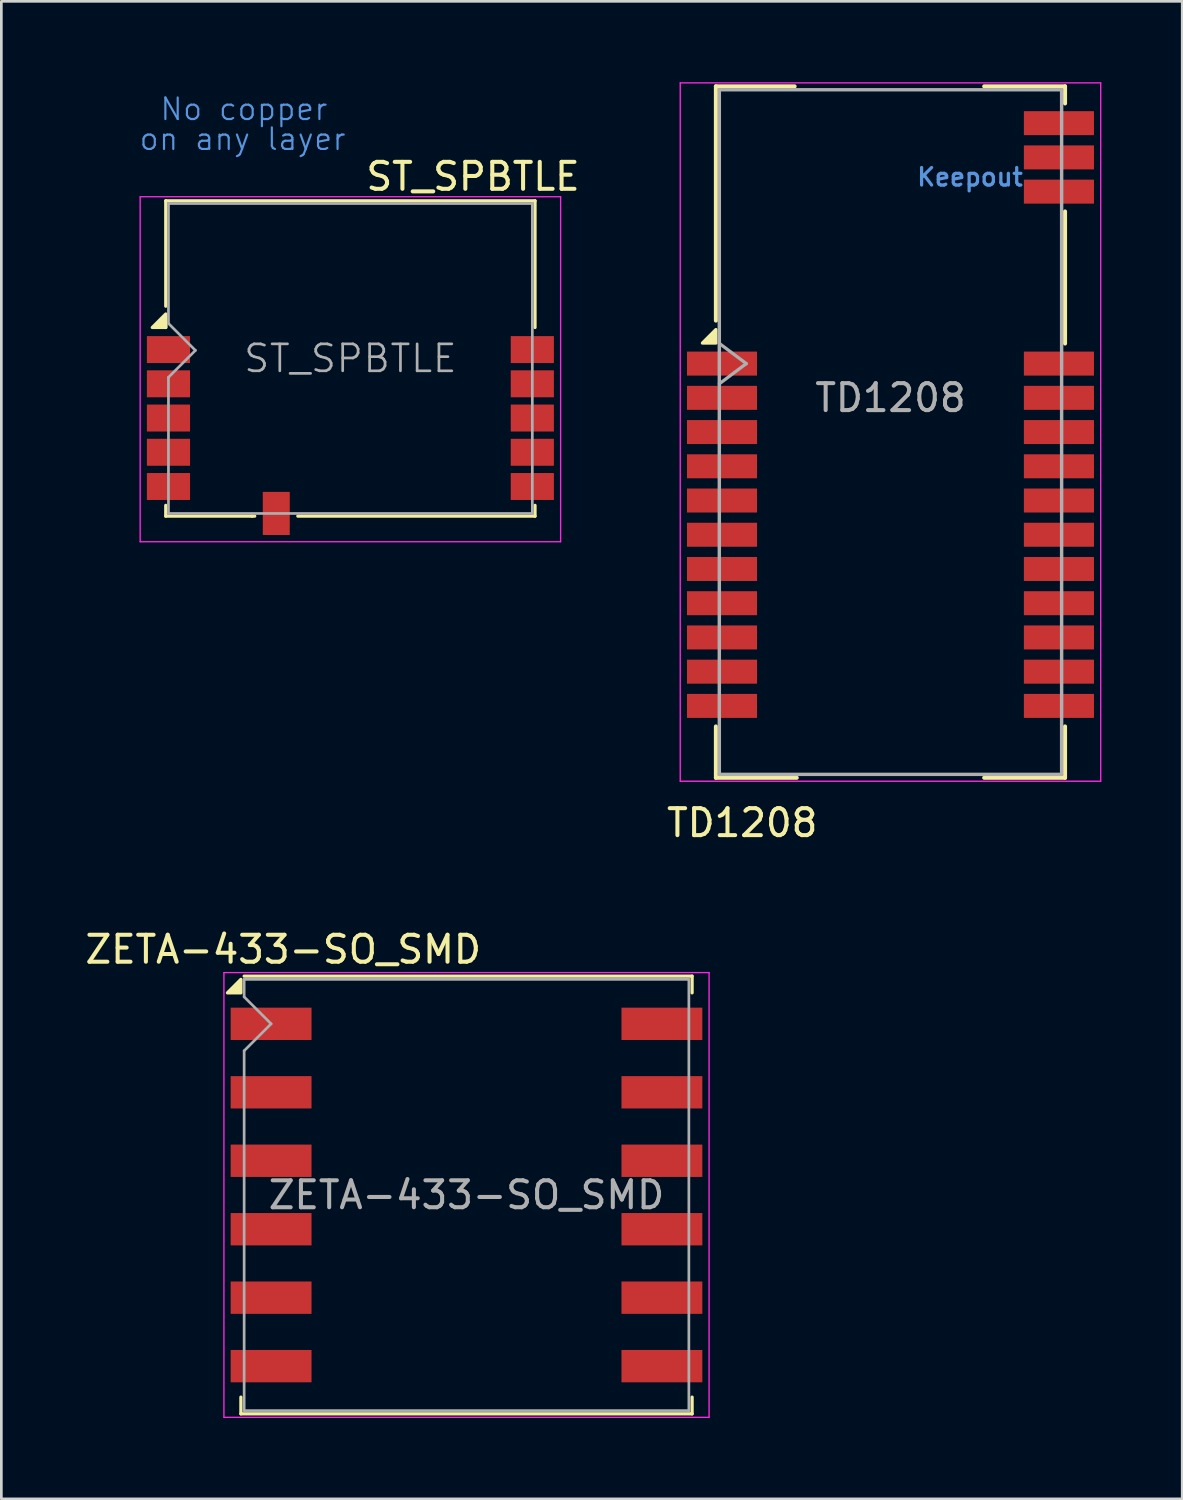
<source format=kicad_pcb>
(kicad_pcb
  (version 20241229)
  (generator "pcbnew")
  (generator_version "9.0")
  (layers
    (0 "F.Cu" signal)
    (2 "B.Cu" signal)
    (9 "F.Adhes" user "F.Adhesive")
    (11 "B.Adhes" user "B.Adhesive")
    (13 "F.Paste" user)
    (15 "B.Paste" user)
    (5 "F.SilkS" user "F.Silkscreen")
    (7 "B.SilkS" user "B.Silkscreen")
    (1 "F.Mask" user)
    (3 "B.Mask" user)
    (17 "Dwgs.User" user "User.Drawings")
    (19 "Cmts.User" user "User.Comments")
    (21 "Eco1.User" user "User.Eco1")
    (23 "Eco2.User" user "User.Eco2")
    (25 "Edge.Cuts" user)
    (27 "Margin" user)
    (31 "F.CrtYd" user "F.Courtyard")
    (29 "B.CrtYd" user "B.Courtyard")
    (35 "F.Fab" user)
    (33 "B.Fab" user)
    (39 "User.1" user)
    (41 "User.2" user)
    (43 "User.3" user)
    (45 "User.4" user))
  (footprint "ST_SPBTLE"
    (layer "F.Cu")
    (at 9.95 13.11)
    (property "Reference" "ST_SPBTLE" (at 4.55 -9.61 0) (layer "F.SilkS") (effects (font (size 1 1) (thickness 0.15))))
    (attr smd)
    (fp_line (start -6.85 -8.71) (end 6.85 -8.71) (stroke (width 0.12) (type solid)) (layer "F.SilkS"))
    (fp_line (start -6.85 -4.8) (end -6.85 -8.71) (stroke (width 0.12) (type solid)) (layer "F.SilkS"))
    (fp_line (start -6.85 -4.11) (end -6.85 -4.01) (stroke (width 0.12) (type solid)) (layer "F.SilkS"))
    (fp_line (start -6.85 2.59) (end -6.85 2.99) (stroke (width 0.12) (type solid)) (layer "F.SilkS"))
    (fp_line (start -6.85 2.99) (end -3.65 2.99) (stroke (width 0.12) (type solid)) (layer "F.SilkS"))
    (fp_line (start -3.65 2.99) (end -3.55 2.99) (stroke (width 0.12) (type solid)) (layer "F.SilkS"))
    (fp_line (start -1.95 2.99) (end 6.85 2.99) (stroke (width 0.12) (type solid)) (layer "F.SilkS"))
    (fp_line (start 6.85 -8.71) (end 6.85 -4.01) (stroke (width 0.12) (type solid)) (layer "F.SilkS"))
    (fp_line (start 6.85 2.99) (end 6.85 2.59) (stroke (width 0.12) (type solid)) (layer "F.SilkS"))
    (fp_poly (pts (xy -6.85 -4.01) (xy -7.35 -4.01) (xy -6.85 -4.51) (xy -6.85 -4.01)) (stroke (width 0.12) (type solid)) (fill yes) (layer "F.SilkS"))
    (fp_line (start -7.8 3.94) (end -7.8 -8.86) (stroke (width 0.05) (type solid)) (layer "F.CrtYd"))
    (fp_line (start -7.8 3.94) (end 7.8 3.94) (stroke (width 0.05) (type solid)) (layer "F.CrtYd"))
    (fp_line (start 7.8 -8.86) (end -7.8 -8.86) (stroke (width 0.05) (type solid)) (layer "F.CrtYd"))
    (fp_line (start 7.8 -8.86) (end 7.8 3.94) (stroke (width 0.05) (type solid)) (layer "F.CrtYd"))
    (fp_line (start -6.75 -8.61) (end -6.75 -4.16) (stroke (width 0.1) (type solid)) (layer "F.Fab"))
    (fp_line (start -6.75 -2.16) (end -6.75 2.89) (stroke (width 0.1) (type solid)) (layer "F.Fab"))
    (fp_line (start -6.75 -2.16) (end -5.75 -3.16) (stroke (width 0.1) (type solid)) (layer "F.Fab"))
    (fp_line (start -6.75 2.89) (end 6.75 2.89) (stroke (width 0.1) (type solid)) (layer "F.Fab"))
    (fp_line (start -5.75 -3.16) (end -6.75 -4.16) (stroke (width 0.1) (type solid)) (layer "F.Fab"))
    (fp_line (start 6.75 -8.61) (end -6.75 -8.61) (stroke (width 0.1) (type solid)) (layer "F.Fab"))
    (fp_line (start 6.75 2.89) (end 6.75 -8.61) (stroke (width 0.1) (type solid)) (layer "F.Fab"))
    (fp_text user "No copper" (at -3.95 -12.11 0) (layer "Cmts.User") (effects (font (size 0.8 0.8) (thickness 0.08))))
    (fp_text user "on any layer" (at -4 -11 0) (layer "Cmts.User") (effects (font (size 0.8 0.8) (thickness 0.08))))
    (fp_text user "${REFERENCE}" (at 0 -2.86 0) (layer "F.Fab") (effects (font (size 1 1) (thickness 0.1))))
    (pad "1" smd rect (at -6.75 -3.19) (size 1.6 1) (layers "F.Cu" "F.Mask" "F.Paste"))
    (pad "2" smd rect (at -6.75 -1.92) (size 1.6 1) (layers "F.Cu" "F.Mask" "F.Paste"))
    (pad "3" smd rect (at -6.75 -0.65) (size 1.6 1) (layers "F.Cu" "F.Mask" "F.Paste"))
    (pad "4" smd rect (at -6.75 0.62) (size 1.6 1) (layers "F.Cu" "F.Mask" "F.Paste"))
    (pad "5" smd rect (at -6.75 1.89) (size 1.6 1) (layers "F.Cu" "F.Mask" "F.Paste"))
    (pad "6" smd rect (at -2.75 2.89 90) (size 1.6 1) (layers "F.Cu" "F.Mask" "F.Paste"))
    (pad "7" smd rect (at 6.75 1.89) (size 1.6 1) (layers "F.Cu" "F.Mask" "F.Paste"))
    (pad "8" smd rect (at 6.75 0.62) (size 1.6 1) (layers "F.Cu" "F.Mask" "F.Paste"))
    (pad "9" smd rect (at 6.75 -0.65) (size 1.6 1) (layers "F.Cu" "F.Mask" "F.Paste"))
    (pad "10" smd rect (at 6.75 -1.92) (size 1.6 1) (layers "F.Cu" "F.Mask" "F.Paste"))
    (pad "11" smd rect (at 6.75 -3.19) (size 1.6 1) (layers "F.Cu" "F.Mask" "F.Paste"))
    (zone (net_name "") (layers "F.Cu" "B.Cu") (hatch full 0.508) (connect_pads) (min_thickness 0.254) (filled_areas_thickness no) (keepout (tracks not_allowed) (vias not_allowed) (pads not_allowed) (copperpour not_allowed) (footprints not_allowed)) (placement (enabled no)) (fill) (polygon (pts (xy 12 12) (xy 4 12.01) (xy 4 9.41) (xy 2.4 9.41) (xy 0 9.41) (xy 0 0) (xy 12 0)))))
  (footprint "ZETA-433-SO_SMD"
    (layer "F.Cu")
    (at 14.258 41.286)
    (property "Reference" "ZETA-433-SO_SMD" (at -6.8 -9.11 0) (layer "F.SilkS") (effects (font (size 1 1) (thickness 0.15))))
    (attr smd)
    (fp_line (start -8.37 8.12) (end -8.37 7.5) (stroke (width 0.12) (type solid)) (layer "F.SilkS"))
    (fp_line (start 8.37 -8.12) (end -8.25 -8.12) (stroke (width 0.12) (type solid)) (layer "F.SilkS"))
    (fp_line (start 8.37 -7.5) (end 8.37 -8.12) (stroke (width 0.12) (type solid)) (layer "F.SilkS"))
    (fp_line (start 8.37 8.12) (end -8.37 8.12) (stroke (width 0.12) (type solid)) (layer "F.SilkS"))
    (fp_line (start 8.37 8.12) (end 8.37 7.5) (stroke (width 0.12) (type solid)) (layer "F.SilkS"))
    (fp_poly (pts (xy -8.37 -7.5) (xy -8.87 -7.5) (xy -8.37 -8) (xy -8.37 -7.5)) (stroke (width 0.12) (type solid)) (fill yes) (layer "F.SilkS"))
    (fp_line (start -9 -8.25) (end 9 -8.25) (stroke (width 0.05) (type solid)) (layer "F.CrtYd"))
    (fp_line (start -9 8.25) (end -9 -8.25) (stroke (width 0.05) (type solid)) (layer "F.CrtYd"))
    (fp_line (start 9 -8.25) (end 9 8.25) (stroke (width 0.05) (type solid)) (layer "F.CrtYd"))
    (fp_line (start 9 8.25) (end -9 8.25) (stroke (width 0.05) (type solid)) (layer "F.CrtYd"))
    (fp_line (start -8.25 -8) (end 8.25 -8) (stroke (width 0.1) (type solid)) (layer "F.Fab"))
    (fp_line (start -8.25 -7.35) (end -8.25 -8) (stroke (width 0.1) (type solid)) (layer "F.Fab"))
    (fp_line (start -8.25 8) (end -8.25 -5.35) (stroke (width 0.1) (type solid)) (layer "F.Fab"))
    (fp_line (start -7.25 -6.35) (end -8.25 -7.35) (stroke (width 0.1) (type solid)) (layer "F.Fab"))
    (fp_line (start -7.25 -6.35) (end -8.25 -5.35) (stroke (width 0.1) (type solid)) (layer "F.Fab"))
    (fp_line (start 8.25 -8) (end 8.25 8) (stroke (width 0.1) (type solid)) (layer "F.Fab"))
    (fp_line (start 8.25 8) (end -8.25 8) (stroke (width 0.1) (type solid)) (layer "F.Fab"))
    (fp_text user "${REFERENCE}" (at 0 0 0) (layer "F.Fab") (effects (font (size 1 1) (thickness 0.15))))
    (pad "1" smd rect (at -7.25 -6.35) (size 3 1.2) (layers "F.Cu" "F.Mask" "F.Paste"))
    (pad "2" smd rect (at -7.25 -3.81) (size 3 1.2) (layers "F.Cu" "F.Mask" "F.Paste"))
    (pad "3" smd rect (at -7.25 -1.27) (size 3 1.2) (layers "F.Cu" "F.Mask" "F.Paste"))
    (pad "4" smd rect (at -7.25 1.27) (size 3 1.2) (layers "F.Cu" "F.Mask" "F.Paste"))
    (pad "5" smd rect (at -7.25 3.81) (size 3 1.2) (layers "F.Cu" "F.Mask" "F.Paste"))
    (pad "6" smd rect (at -7.25 6.35) (size 3 1.2) (layers "F.Cu" "F.Mask" "F.Paste"))
    (pad "7" smd rect (at 7.25 6.35) (size 3 1.2) (layers "F.Cu" "F.Mask" "F.Paste"))
    (pad "8" smd rect (at 7.25 3.81) (size 3 1.2) (layers "F.Cu" "F.Mask" "F.Paste"))
    (pad "9" smd rect (at 7.25 1.27) (size 3 1.2) (layers "F.Cu" "F.Mask" "F.Paste"))
    (pad "10" smd rect (at 7.25 -1.27) (size 3 1.2) (layers "F.Cu" "F.Mask" "F.Paste"))
    (pad "11" smd rect (at 7.25 -3.81) (size 3 1.2) (layers "F.Cu" "F.Mask" "F.Paste"))
    (pad "12" smd rect (at 7.25 -6.35) (size 3 1.2) (layers "F.Cu" "F.Mask" "F.Paste")))
  (footprint "TD1208"
    (layer "F.Cu")
    (at 29.988 12.345)
    (property "Reference" "TD1208" (at -5.5 15.135 0) (layer "F.SilkS") (effects (font (size 1 1) (thickness 0.15))))
    (attr smd)
    (fp_line (start -6.477 -12.192) (end -6.477 -3.5) (stroke (width 0.15) (type solid)) (layer "F.SilkS"))
    (fp_line (start -6.477 -12.192) (end -3.556 -12.192) (stroke (width 0.15) (type solid)) (layer "F.SilkS"))
    (fp_line (start -6.477 11.557) (end -6.477 13.462) (stroke (width 0.15) (type solid)) (layer "F.SilkS"))
    (fp_line (start -6.477 13.462) (end -3.477 13.462) (stroke (width 0.15) (type solid)) (layer "F.SilkS"))
    (fp_line (start 6.477 -12.192) (end 3.477 -12.192) (stroke (width 0.15) (type solid)) (layer "F.SilkS"))
    (fp_line (start 6.477 -12.192) (end 6.477 -11.557) (stroke (width 0.15) (type solid)) (layer "F.SilkS"))
    (fp_line (start 6.477 -7.55) (end 6.477 -2.65) (stroke (width 0.15) (type solid)) (layer "F.SilkS"))
    (fp_line (start 6.477 11.557) (end 6.477 13.462) (stroke (width 0.15) (type solid)) (layer "F.SilkS"))
    (fp_line (start 6.477 13.462) (end 3.477 13.462) (stroke (width 0.15) (type solid)) (layer "F.SilkS"))
    (fp_poly (pts (xy -6.477 -2.667) (xy -6.977 -2.667) (xy -6.477 -3.167) (xy -6.477 -2.667)) (stroke (width 0.12) (type solid)) (fill yes) (layer "F.SilkS"))
    (fp_line (start -7.8 -12.32) (end -7.8 13.59) (stroke (width 0.05) (type solid)) (layer "F.CrtYd"))
    (fp_line (start -7.8 13.59) (end 7.8 13.59) (stroke (width 0.05) (type solid)) (layer "F.CrtYd"))
    (fp_line (start 7.8 -12.32) (end -7.8 -12.32) (stroke (width 0.05) (type solid)) (layer "F.CrtYd"))
    (fp_line (start 7.8 13.59) (end 7.8 -12.32) (stroke (width 0.05) (type solid)) (layer "F.CrtYd"))
    (fp_line (start -6.35 -12.065) (end -6.35 13.335) (stroke (width 0.127) (type solid)) (layer "F.Fab"))
    (fp_line (start -6.35 -12.065) (end 6.35 -12.065) (stroke (width 0.127) (type solid)) (layer "F.Fab"))
    (fp_line (start -6.35 -2.655) (end -5.35 -1.905) (stroke (width 0.12) (type solid)) (layer "F.Fab"))
    (fp_line (start -5.35 -1.905) (end -6.35 -1.155) (stroke (width 0.12) (type solid)) (layer "F.Fab"))
    (fp_line (start 6.35 -12.065) (end 6.35 13.335) (stroke (width 0.127) (type solid)) (layer "F.Fab"))
    (fp_line (start 6.35 13.335) (end -6.35 13.335) (stroke (width 0.127) (type solid)) (layer "F.Fab"))
    (fp_text user "Keepout" (at 2.95 -8.825 0) (layer "Cmts.User") (effects (font (size 0.65 0.65) (thickness 0.12))))
    (fp_text user "${REFERENCE}" (at 0 -0.635 0) (layer "F.Fab") (effects (font (size 1 1) (thickness 0.15))))
    (pad "1" smd rect (at -6.25 -1.905) (size 2.6 0.89) (layers "F.Cu" "F.Mask" "F.Paste"))
    (pad "2" smd rect (at -6.25 -0.635) (size 2.6 0.89) (layers "F.Cu" "F.Mask" "F.Paste"))
    (pad "3" smd rect (at -6.25 0.635) (size 2.6 0.89) (layers "F.Cu" "F.Mask" "F.Paste"))
    (pad "4" smd rect (at -6.25 1.905) (size 2.6 0.89) (layers "F.Cu" "F.Mask" "F.Paste"))
    (pad "5" smd rect (at -6.25 3.175) (size 2.6 0.89) (layers "F.Cu" "F.Mask" "F.Paste"))
    (pad "6" smd rect (at -6.25 4.445) (size 2.6 0.89) (layers "F.Cu" "F.Mask" "F.Paste"))
    (pad "7" smd rect (at -6.25 5.715) (size 2.6 0.89) (layers "F.Cu" "F.Mask" "F.Paste"))
    (pad "8" smd rect (at -6.25 6.985) (size 2.6 0.89) (layers "F.Cu" "F.Mask" "F.Paste"))
    (pad "9" smd rect (at -6.25 8.255) (size 2.6 0.89) (layers "F.Cu" "F.Mask" "F.Paste"))
    (pad "10" smd rect (at -6.25 9.525) (size 2.6 0.89) (layers "F.Cu" "F.Mask" "F.Paste"))
    (pad "11" smd rect (at -6.25 10.795) (size 2.6 0.89) (layers "F.Cu" "F.Mask" "F.Paste"))
    (pad "12" smd rect (at 6.25 10.795) (size 2.6 0.89) (layers "F.Cu" "F.Mask" "F.Paste"))
    (pad "13" smd rect (at 6.25 9.525) (size 2.6 0.89) (layers "F.Cu" "F.Mask" "F.Paste"))
    (pad "14" smd rect (at 6.25 8.255) (size 2.6 0.89) (layers "F.Cu" "F.Mask" "F.Paste"))
    (pad "15" smd rect (at 6.25 6.985) (size 2.6 0.89) (layers "F.Cu" "F.Mask" "F.Paste"))
    (pad "16" smd rect (at 6.25 5.715) (size 2.6 0.89) (layers "F.Cu" "F.Mask" "F.Paste"))
    (pad "17" smd rect (at 6.25 4.445) (size 2.6 0.89) (layers "F.Cu" "F.Mask" "F.Paste"))
    (pad "18" smd rect (at 6.25 3.175) (size 2.6 0.89) (layers "F.Cu" "F.Mask" "F.Paste"))
    (pad "19" smd rect (at 6.25 1.905) (size 2.6 0.89) (layers "F.Cu" "F.Mask" "F.Paste"))
    (pad "20" smd rect (at 6.25 0.635) (size 2.6 0.89) (layers "F.Cu" "F.Mask" "F.Paste"))
    (pad "21" smd rect (at 6.25 -0.635) (size 2.6 0.89) (layers "F.Cu" "F.Mask" "F.Paste"))
    (pad "22" smd rect (at 6.25 -1.905) (size 2.6 0.89) (layers "F.Cu" "F.Mask" "F.Paste"))
    (pad "23" smd rect (at 6.25 -8.285) (size 2.6 0.89) (layers "F.Cu" "F.Mask" "F.Paste"))
    (pad "24" smd rect (at 6.25 -9.555) (size 2.6 0.89) (layers "F.Cu" "F.Mask" "F.Paste"))
    (pad "25" smd rect (at 6.25 -10.825) (size 2.6 0.89) (layers "F.Cu" "F.Mask" "F.Paste"))
    (zone (net_name "") (layer "F.Cu") (hatch full 0.508) (connect_pads) (min_thickness 0.254) (filled_areas_thickness no) (keepout (tracks not_allowed) (vias not_allowed) (pads not_allowed) (copperpour allowed) (footprints allowed)) (placement (enabled no)) (fill) (polygon (pts (xy 30.938 1.52) (xy 34.938 1.52) (xy 34.938 5.52) (xy 30.938 5.52)))))
  (gr_rect
    (start -3 -3)
    (end 40.813 52.562)
    (stroke (width 0.1) (type default))
    (fill no)
    (layer "Edge.Cuts")))
</source>
